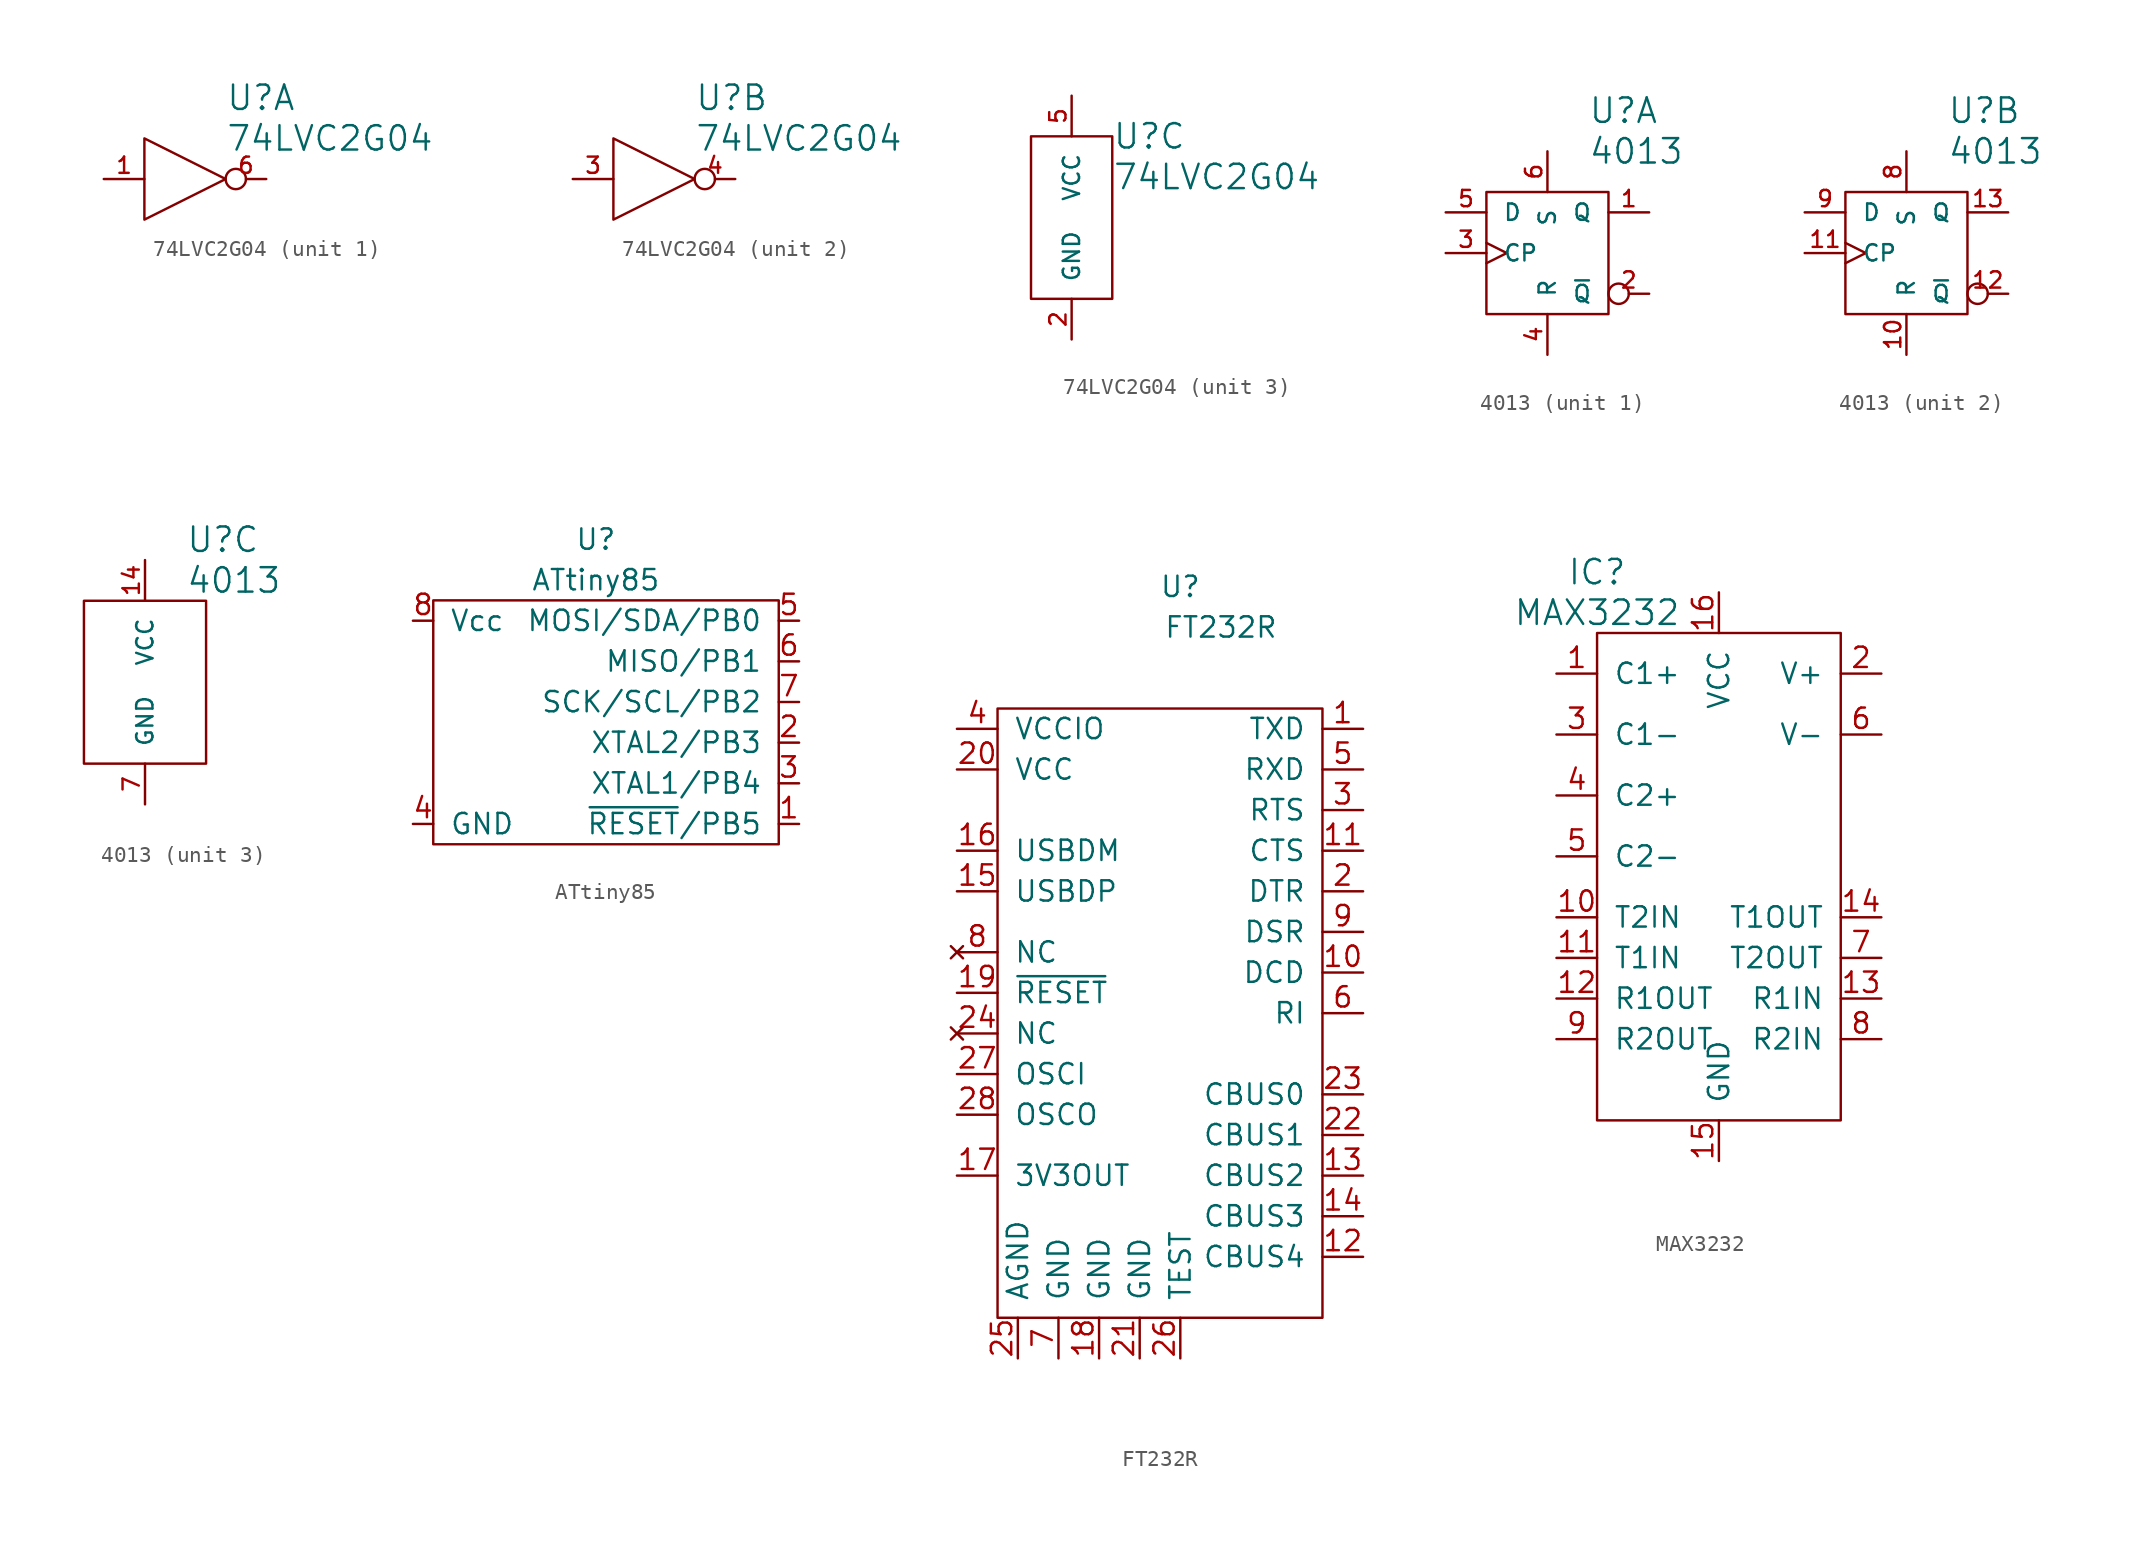
<source format=kicad_sym>
(kicad_symbol_lib
  (version 20211014)
  (generator kicad_symbol_editor)
  (symbol "74LVC2G04"
    (pin_names
      (offset 1.016))
    (property "Reference" "U"
      (at 2.54 5.08 0)
      (effects (font (size 1.524 1.524)) (justify left)))
    (property "Value" "74LVC2G04"
      (at 2.54 2.54 0)
      (effects (font (size 1.524 1.524)) (justify left)))
    (property "Footprint" ""
      (at 0 0 0)
      (effects (font (size 1.524 1.524))))
    (property "Datasheet" ""
      (at 0 0 0)
      (effects (font (size 1.524 1.524))))
    (property "ki_locked" ""
      (at 0 0 0)
      (effects (font (size 1.27 1.27))))
    (symbol "74LVC2G04_1_1"
      (polyline (pts (xy -2.54 2.54) (xy -2.54 -2.54) (xy 2.54 0) (xy -2.54 2.54)) (stroke (width 0) (type default) (color 0 0 0 0)) (fill (type none)))
      (pin input line (at -5.08 0 0) (length 2.54) (name "~" (effects (font (size 1.016 1.016)))) (number "1" (effects (font (size 1.016 1.016)))))
      (pin input inverted (at 5.08 0 180) (length 2.54) (name "~" (effects (font (size 1.016 1.016)))) (number "6" (effects (font (size 1.016 1.016))))))
    (symbol "74LVC2G04_2_1"
      (polyline (pts (xy -2.54 2.54) (xy -2.54 -2.54) (xy 2.54 0) (xy -2.54 2.54)) (stroke (width 0) (type default) (color 0 0 0 0)) (fill (type none)))
      (pin input line (at -5.08 0 0) (length 2.54) (name "~" (effects (font (size 1.016 1.016)))) (number "3" (effects (font (size 1.016 1.016)))))
      (pin input inverted (at 5.08 0 180) (length 2.54) (name "~" (effects (font (size 1.016 1.016)))) (number "4" (effects (font (size 1.016 1.016))))))
    (symbol "74LVC2G04_3_1"
      (rectangle (start -2.54 5.08) (end 2.54 -5.08) (stroke (width 0) (type default) (color 0 0 0 0)) (fill (type none)))
      (pin power_in line (at 0 -7.62 90) (length 2.54) (name "GND" (effects (font (size 1.016 1.016)))) (number "2" (effects (font (size 1.016 1.016)))))
      (pin power_in line (at 0 7.62 270) (length 2.54) (name "VCC" (effects (font (size 1.016 1.016)))) (number "5" (effects (font (size 1.016 1.016)))))))
  (symbol "4013"
    (pin_names
      (offset 1.016))
    (property "Reference" "U"
      (at 2.54 8.89 0)
      (effects (font (size 1.524 1.524)) (justify left)))
    (property "Value" "4013"
      (at 2.54 6.35 0)
      (effects (font (size 1.524 1.524)) (justify left)))
    (property "Footprint" ""
      (at 0 0 0)
      (effects (font (size 1.524 1.524))))
    (property "Datasheet" ""
      (at 0 0 0)
      (effects (font (size 1.524 1.524))))
    (property "ki_locked" ""
      (at 0 0 0)
      (effects (font (size 1.27 1.27))))
    (symbol "4013_1_1"
      (rectangle (start -3.81 3.81) (end 3.81 -3.81) (stroke (width 0) (type default) (color 0 0 0 0)) (fill (type none)))
      (pin output line (at 6.35 2.54 180) (length 2.54) (name "Q" (effects (font (size 1.016 1.016)))) (number "1" (effects (font (size 1.016 1.016)))))
      (pin output inverted (at 6.35 -2.54 180) (length 2.54) (name "~{Q}" (effects (font (size 1.016 1.016)))) (number "2" (effects (font (size 1.016 1.016)))))
      (pin input clock (at -6.35 0 0) (length 2.54) (name "CP" (effects (font (size 1.016 1.016)))) (number "3" (effects (font (size 1.016 1.016)))))
      (pin input line (at 0 -6.35 90) (length 2.54) (name "R" (effects (font (size 1.016 1.016)))) (number "4" (effects (font (size 1.016 1.016)))))
      (pin input line (at -6.35 2.54 0) (length 2.54) (name "D" (effects (font (size 1.016 1.016)))) (number "5" (effects (font (size 1.016 1.016)))))
      (pin input line (at 0 6.35 270) (length 2.54) (name "S" (effects (font (size 1.016 1.016)))) (number "6" (effects (font (size 1.016 1.016))))))
    (symbol "4013_2_1"
      (rectangle (start -3.81 3.81) (end 3.81 -3.81) (stroke (width 0) (type default) (color 0 0 0 0)) (fill (type none)))
      (pin input line (at 0 -6.35 90) (length 2.54) (name "R" (effects (font (size 1.016 1.016)))) (number "10" (effects (font (size 1.016 1.016)))))
      (pin input clock (at -6.35 0 0) (length 2.54) (name "CP" (effects (font (size 1.016 1.016)))) (number "11" (effects (font (size 1.016 1.016)))))
      (pin output inverted (at 6.35 -2.54 180) (length 2.54) (name "~{Q}" (effects (font (size 1.016 1.016)))) (number "12" (effects (font (size 1.016 1.016)))))
      (pin output line (at 6.35 2.54 180) (length 2.54) (name "Q" (effects (font (size 1.016 1.016)))) (number "13" (effects (font (size 1.016 1.016)))))
      (pin input line (at 0 6.35 270) (length 2.54) (name "S" (effects (font (size 1.016 1.016)))) (number "8" (effects (font (size 1.016 1.016)))))
      (pin input line (at -6.35 2.54 0) (length 2.54) (name "D" (effects (font (size 1.016 1.016)))) (number "9" (effects (font (size 1.016 1.016))))))
    (symbol "4013_3_1"
      (rectangle (start -3.81 5.08) (end 3.81 -5.08) (stroke (width 0) (type default) (color 0 0 0 0)) (fill (type none)))
      (pin power_in line (at 0 7.62 270) (length 2.54) (name "VCC" (effects (font (size 1.016 1.016)))) (number "14" (effects (font (size 1.016 1.016)))))
      (pin power_in line (at 0 -7.62 90) (length 2.54) (name "GND" (effects (font (size 1.016 1.016)))) (number "7" (effects (font (size 1.016 1.016)))))))
  (symbol "ATtiny85"
    (pin_names
      (offset 1.016))
    (property "Reference" "U"
      (at 0 11.43 0)
      (effects (font (size 1.27 1.27))))
    (property "Value" "ATtiny85"
      (at 0 8.89 0)
      (effects (font (size 1.27 1.27))))
    (symbol "ATtiny85_0_1"
      (rectangle (start 11.43 7.62) (end -10.16 -7.62) (stroke (width 0) (type default) (color 0 0 0 0)) (fill (type none))))
    (symbol "ATtiny85_1_1"
      (pin bidirectional line (at 12.7 -6.35 180) (length 1.27) (name "~{RESET}/PB5" (effects (font (size 1.27 1.27)))) (number "1" (effects (font (size 1.27 1.27)))))
      (pin bidirectional line (at 12.7 -1.27 180) (length 1.27) (name "XTAL2/PB3" (effects (font (size 1.27 1.27)))) (number "2" (effects (font (size 1.27 1.27)))))
      (pin bidirectional line (at 12.7 -3.81 180) (length 1.27) (name "XTAL1/PB4" (effects (font (size 1.27 1.27)))) (number "3" (effects (font (size 1.27 1.27)))))
      (pin power_in line (at -11.43 -6.35 0) (length 1.27) (name "GND" (effects (font (size 1.27 1.27)))) (number "4" (effects (font (size 1.27 1.27)))))
      (pin bidirectional line (at 12.7 6.35 180) (length 1.27) (name "MOSI/SDA/PB0" (effects (font (size 1.27 1.27)))) (number "5" (effects (font (size 1.27 1.27)))))
      (pin bidirectional line (at 12.7 3.81 180) (length 1.27) (name "MISO/PB1" (effects (font (size 1.27 1.27)))) (number "6" (effects (font (size 1.27 1.27)))))
      (pin bidirectional line (at 12.7 1.27 180) (length 1.27) (name "SCK/SCL/PB2" (effects (font (size 1.27 1.27)))) (number "7" (effects (font (size 1.27 1.27)))))
      (pin power_in line (at -11.43 6.35 0) (length 1.27) (name "Vcc" (effects (font (size 1.27 1.27)))) (number "8" (effects (font (size 1.27 1.27)))))))
  (symbol "FT232R"
    (pin_names
      (offset 1.016))
    (property "Reference" "U"
      (at 1.27 24.13 0)
      (effects (font (size 1.27 1.27))))
    (property "Value" "FT232R"
      (at 3.81 21.59 0)
      (effects (font (size 1.27 1.27))))
    (symbol "FT232R_0_1"
      (rectangle (start -10.16 16.51) (end 10.16 -21.59) (stroke (width 0) (type default) (color 0 0 0 0)) (fill (type none))))
    (symbol "FT232R_1_1"
      (pin output line (at 12.7 15.24 180) (length 2.54) (name "TXD" (effects (font (size 1.27 1.27)))) (number "1" (effects (font (size 1.27 1.27)))))
      (pin input line (at 12.7 0 180) (length 2.54) (name "DCD" (effects (font (size 1.27 1.27)))) (number "10" (effects (font (size 1.27 1.27)))))
      (pin input line (at 12.7 7.62 180) (length 2.54) (name "CTS" (effects (font (size 1.27 1.27)))) (number "11" (effects (font (size 1.27 1.27)))))
      (pin bidirectional line (at 12.7 -17.78 180) (length 2.54) (name "CBUS4" (effects (font (size 1.27 1.27)))) (number "12" (effects (font (size 1.27 1.27)))))
      (pin bidirectional line (at 12.7 -12.7 180) (length 2.54) (name "CBUS2" (effects (font (size 1.27 1.27)))) (number "13" (effects (font (size 1.27 1.27)))))
      (pin bidirectional line (at 12.7 -15.24 180) (length 2.54) (name "CBUS3" (effects (font (size 1.27 1.27)))) (number "14" (effects (font (size 1.27 1.27)))))
      (pin bidirectional line (at -12.7 5.08 0) (length 2.54) (name "USBDP" (effects (font (size 1.27 1.27)))) (number "15" (effects (font (size 1.27 1.27)))))
      (pin bidirectional line (at -12.7 7.62 0) (length 2.54) (name "USBDM" (effects (font (size 1.27 1.27)))) (number "16" (effects (font (size 1.27 1.27)))))
      (pin power_out line (at -12.7 -12.7 0) (length 2.54) (name "3V3OUT" (effects (font (size 1.27 1.27)))) (number "17" (effects (font (size 1.27 1.27)))))
      (pin power_in line (at -3.81 -24.13 90) (length 2.54) (name "GND" (effects (font (size 1.27 1.27)))) (number "18" (effects (font (size 1.27 1.27)))))
      (pin input line (at -12.7 -1.27 0) (length 2.54) (name "~{RESET}" (effects (font (size 1.27 1.27)))) (number "19" (effects (font (size 1.27 1.27)))))
      (pin output line (at 12.7 5.08 180) (length 2.54) (name "DTR" (effects (font (size 1.27 1.27)))) (number "2" (effects (font (size 1.27 1.27)))))
      (pin power_in line (at -12.7 12.7 0) (length 2.54) (name "VCC" (effects (font (size 1.27 1.27)))) (number "20" (effects (font (size 1.27 1.27)))))
      (pin power_in line (at -1.27 -24.13 90) (length 2.54) (name "GND" (effects (font (size 1.27 1.27)))) (number "21" (effects (font (size 1.27 1.27)))))
      (pin bidirectional line (at 12.7 -10.16 180) (length 2.54) (name "CBUS1" (effects (font (size 1.27 1.27)))) (number "22" (effects (font (size 1.27 1.27)))))
      (pin bidirectional line (at 12.7 -7.62 180) (length 2.54) (name "CBUS0" (effects (font (size 1.27 1.27)))) (number "23" (effects (font (size 1.27 1.27)))))
      (pin no_connect line (at -12.7 -3.81 0) (length 2.54) (name "NC" (effects (font (size 1.27 1.27)))) (number "24" (effects (font (size 1.27 1.27)))))
      (pin power_in line (at -8.89 -24.13 90) (length 2.54) (name "AGND" (effects (font (size 1.27 1.27)))) (number "25" (effects (font (size 1.27 1.27)))))
      (pin input line (at 1.27 -24.13 90) (length 2.54) (name "TEST" (effects (font (size 1.27 1.27)))) (number "26" (effects (font (size 1.27 1.27)))))
      (pin input line (at -12.7 -6.35 0) (length 2.54) (name "OSCI" (effects (font (size 1.27 1.27)))) (number "27" (effects (font (size 1.27 1.27)))))
      (pin output line (at -12.7 -8.89 0) (length 2.54) (name "OSCO" (effects (font (size 1.27 1.27)))) (number "28" (effects (font (size 1.27 1.27)))))
      (pin output line (at 12.7 10.16 180) (length 2.54) (name "RTS" (effects (font (size 1.27 1.27)))) (number "3" (effects (font (size 1.27 1.27)))))
      (pin power_in line (at -12.7 15.24 0) (length 2.54) (name "VCCIO" (effects (font (size 1.27 1.27)))) (number "4" (effects (font (size 1.27 1.27)))))
      (pin input line (at 12.7 12.7 180) (length 2.54) (name "RXD" (effects (font (size 1.27 1.27)))) (number "5" (effects (font (size 1.27 1.27)))))
      (pin input line (at 12.7 -2.54 180) (length 2.54) (name "RI" (effects (font (size 1.27 1.27)))) (number "6" (effects (font (size 1.27 1.27)))))
      (pin power_in line (at -6.35 -24.13 90) (length 2.54) (name "GND" (effects (font (size 1.27 1.27)))) (number "7" (effects (font (size 1.27 1.27)))))
      (pin no_connect line (at -12.7 1.27 0) (length 2.54) (name "NC" (effects (font (size 1.27 1.27)))) (number "8" (effects (font (size 1.27 1.27)))))
      (pin input line (at 12.7 2.54 180) (length 2.54) (name "DSR" (effects (font (size 1.27 1.27)))) (number "9" (effects (font (size 1.27 1.27)))))))
  (symbol "MAX3232"
    (pin_names
      (offset 1.016))
    (property "Reference" "IC"
      (at -7.62 13.97 0)
      (effects (font (size 1.524 1.524))))
    (property "Value" "MAX3232"
      (at -7.62 11.43 0)
      (effects (font (size 1.524 1.524))))
    (property "Footprint" ""
      (at 0 0 0)
      (effects (font (size 1.524 1.524))))
    (property "Datasheet" ""
      (at 0 0 0)
      (effects (font (size 1.524 1.524))))
    (symbol "MAX3232_0_1"
      (rectangle (start -7.62 10.16) (end 7.62 -20.32) (stroke (width 0) (type default) (color 0 0 0 0)) (fill (type none))))
    (symbol "MAX3232_1_1"
      (pin passive line (at -10.16 7.62 0) (length 2.54) (name "C1+" (effects (font (size 1.27 1.27)))) (number "1" (effects (font (size 1.27 1.27)))))
      (pin input line (at -10.16 -7.62 0) (length 2.54) (name "T2IN" (effects (font (size 1.27 1.27)))) (number "10" (effects (font (size 1.27 1.27)))))
      (pin input line (at -10.16 -10.16 0) (length 2.54) (name "T1IN" (effects (font (size 1.27 1.27)))) (number "11" (effects (font (size 1.27 1.27)))))
      (pin output line (at -10.16 -12.7 0) (length 2.54) (name "R1OUT" (effects (font (size 1.27 1.27)))) (number "12" (effects (font (size 1.27 1.27)))))
      (pin input line (at 10.16 -12.7 180) (length 2.54) (name "R1IN" (effects (font (size 1.27 1.27)))) (number "13" (effects (font (size 1.27 1.27)))))
      (pin output line (at 10.16 -7.62 180) (length 2.54) (name "T1OUT" (effects (font (size 1.27 1.27)))) (number "14" (effects (font (size 1.27 1.27)))))
      (pin power_in line (at 0 -22.86 90) (length 2.54) (name "GND" (effects (font (size 1.27 1.27)))) (number "15" (effects (font (size 1.27 1.27)))))
      (pin power_in line (at 0 12.7 270) (length 2.54) (name "VCC" (effects (font (size 1.27 1.27)))) (number "16" (effects (font (size 1.27 1.27)))))
      (pin passive line (at 10.16 7.62 180) (length 2.54) (name "V+" (effects (font (size 1.27 1.27)))) (number "2" (effects (font (size 1.27 1.27)))))
      (pin passive line (at -10.16 3.81 0) (length 2.54) (name "C1-" (effects (font (size 1.27 1.27)))) (number "3" (effects (font (size 1.27 1.27)))))
      (pin passive line (at -10.16 0 0) (length 2.54) (name "C2+" (effects (font (size 1.27 1.27)))) (number "4" (effects (font (size 1.27 1.27)))))
      (pin passive line (at -10.16 -3.81 0) (length 2.54) (name "C2-" (effects (font (size 1.27 1.27)))) (number "5" (effects (font (size 1.27 1.27)))))
      (pin passive line (at 10.16 3.81 180) (length 2.54) (name "V-" (effects (font (size 1.27 1.27)))) (number "6" (effects (font (size 1.27 1.27)))))
      (pin output line (at 10.16 -10.16 180) (length 2.54) (name "T2OUT" (effects (font (size 1.27 1.27)))) (number "7" (effects (font (size 1.27 1.27)))))
      (pin output line (at 10.16 -15.24 180) (length 2.54) (name "R2IN" (effects (font (size 1.27 1.27)))) (number "8" (effects (font (size 1.27 1.27)))))
      (pin output line (at -10.16 -15.24 0) (length 2.54) (name "R2OUT" (effects (font (size 1.27 1.27)))) (number "9" (effects (font (size 1.27 1.27))))))))
</source>
